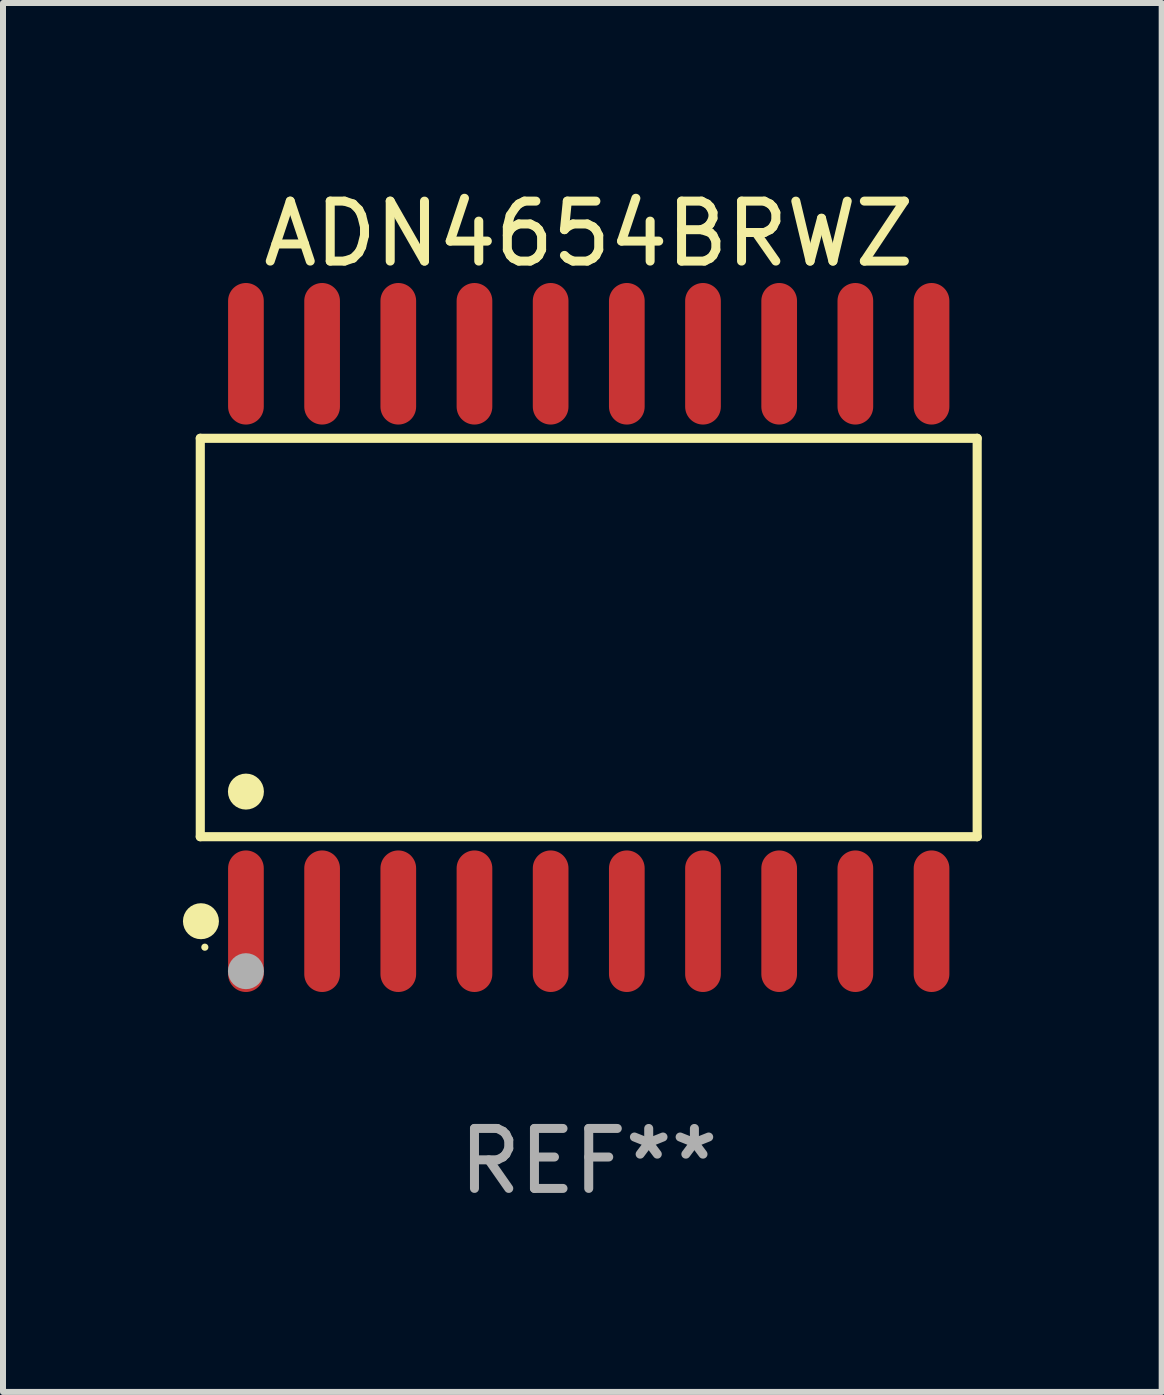
<source format=kicad_pcb>
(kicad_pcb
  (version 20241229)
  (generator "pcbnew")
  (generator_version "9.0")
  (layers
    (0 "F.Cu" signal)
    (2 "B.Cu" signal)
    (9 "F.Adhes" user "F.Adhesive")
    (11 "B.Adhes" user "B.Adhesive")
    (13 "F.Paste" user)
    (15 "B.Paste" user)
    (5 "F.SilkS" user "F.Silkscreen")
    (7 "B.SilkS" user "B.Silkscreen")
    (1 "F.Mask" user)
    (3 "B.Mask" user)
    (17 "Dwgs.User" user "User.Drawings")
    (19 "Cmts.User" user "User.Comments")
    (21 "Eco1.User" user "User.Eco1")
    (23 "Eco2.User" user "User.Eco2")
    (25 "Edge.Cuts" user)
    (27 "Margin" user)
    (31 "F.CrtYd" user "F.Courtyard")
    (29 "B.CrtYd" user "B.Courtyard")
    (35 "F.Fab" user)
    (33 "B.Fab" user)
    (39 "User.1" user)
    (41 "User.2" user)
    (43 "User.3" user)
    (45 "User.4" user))
  (footprint "ADN4654BRWZ"
    (layer "F.Cu")
    (at 6.765 7.578)
    (property "Reference" "ADN4654BRWZ" (at 0 -6.73 0) (layer "F.SilkS") (effects (font (size 1 1) (thickness 0.15))))
    (attr through_hole)
    (fp_line (start -6.476 -3.321) (end 6.476 -3.321) (stroke (width 0.152) (type solid)) (layer "F.SilkS"))
    (fp_line (start -6.476 3.321) (end -6.476 -3.321) (stroke (width 0.152) (type solid)) (layer "F.SilkS"))
    (fp_line (start 6.476 -3.321) (end 6.476 3.321) (stroke (width 0.152) (type solid)) (layer "F.SilkS"))
    (fp_line (start 6.476 3.321) (end -6.476 3.321) (stroke (width 0.152) (type solid)) (layer "F.SilkS"))
    (fp_circle (center -6.465 4.73) (end -6.315 4.73) (stroke (width 0.3) (type solid)) (fill no) (layer "F.SilkS"))
    (fp_circle (center -6.4 5.163) (end -6.37 5.163) (stroke (width 0.06) (type solid)) (fill no) (layer "F.SilkS"))
    (fp_circle (center -5.715 2.569) (end -5.565 2.569) (stroke (width 0.3) (type solid)) (fill no) (layer "F.SilkS"))
    (fp_circle (center -5.715 5.563) (end -5.565 5.563) (stroke (width 0.3) (type solid)) (fill no) (layer "F.Fab"))
    (fp_text user "REF**" (at 0 8.73 0) (layer "F.Fab") (effects (font (size 1 1) (thickness 0.15))))
    (pad "1" smd oval (at -5.715 4.73) (size 0.595 2.36) (layers "F.Cu" "F.Mask" "F.Paste"))
    (pad "2" smd oval (at -4.445 4.73) (size 0.595 2.36) (layers "F.Cu" "F.Mask" "F.Paste"))
    (pad "3" smd oval (at -3.175 4.73) (size 0.595 2.36) (layers "F.Cu" "F.Mask" "F.Paste"))
    (pad "4" smd oval (at -1.905 4.73) (size 0.595 2.36) (layers "F.Cu" "F.Mask" "F.Paste"))
    (pad "5" smd oval (at -0.635 4.73) (size 0.595 2.36) (layers "F.Cu" "F.Mask" "F.Paste"))
    (pad "6" smd oval (at 0.635 4.73) (size 0.595 2.36) (layers "F.Cu" "F.Mask" "F.Paste"))
    (pad "7" smd oval (at 1.905 4.73) (size 0.595 2.36) (layers "F.Cu" "F.Mask" "F.Paste"))
    (pad "8" smd oval (at 3.175 4.73) (size 0.595 2.36) (layers "F.Cu" "F.Mask" "F.Paste"))
    (pad "9" smd oval (at 4.445 4.73) (size 0.595 2.36) (layers "F.Cu" "F.Mask" "F.Paste"))
    (pad "10" smd oval (at 5.715 4.73) (size 0.595 2.36) (layers "F.Cu" "F.Mask" "F.Paste"))
    (pad "11" smd oval (at 5.715 -4.73) (size 0.595 2.36) (layers "F.Cu" "F.Mask" "F.Paste"))
    (pad "12" smd oval (at 4.445 -4.73) (size 0.595 2.36) (layers "F.Cu" "F.Mask" "F.Paste"))
    (pad "13" smd oval (at 3.175 -4.73) (size 0.595 2.36) (layers "F.Cu" "F.Mask" "F.Paste"))
    (pad "14" smd oval (at 1.905 -4.73) (size 0.595 2.36) (layers "F.Cu" "F.Mask" "F.Paste"))
    (pad "15" smd oval (at 0.635 -4.73) (size 0.595 2.36) (layers "F.Cu" "F.Mask" "F.Paste"))
    (pad "16" smd oval (at -0.635 -4.73) (size 0.595 2.36) (layers "F.Cu" "F.Mask" "F.Paste"))
    (pad "17" smd oval (at -1.905 -4.73) (size 0.595 2.36) (layers "F.Cu" "F.Mask" "F.Paste"))
    (pad "18" smd oval (at -3.175 -4.73) (size 0.595 2.36) (layers "F.Cu" "F.Mask" "F.Paste"))
    (pad "19" smd oval (at -4.445 -4.73) (size 0.595 2.36) (layers "F.Cu" "F.Mask" "F.Paste"))
    (pad "20" smd oval (at -5.715 -4.73) (size 0.595 2.36) (layers "F.Cu" "F.Mask" "F.Paste")))
  (gr_rect
    (start -3 -3)
    (end 16.317 20.156)
    (stroke (width 0.1) (type default))
    (fill no)
    (layer "Edge.Cuts")))
</source>
